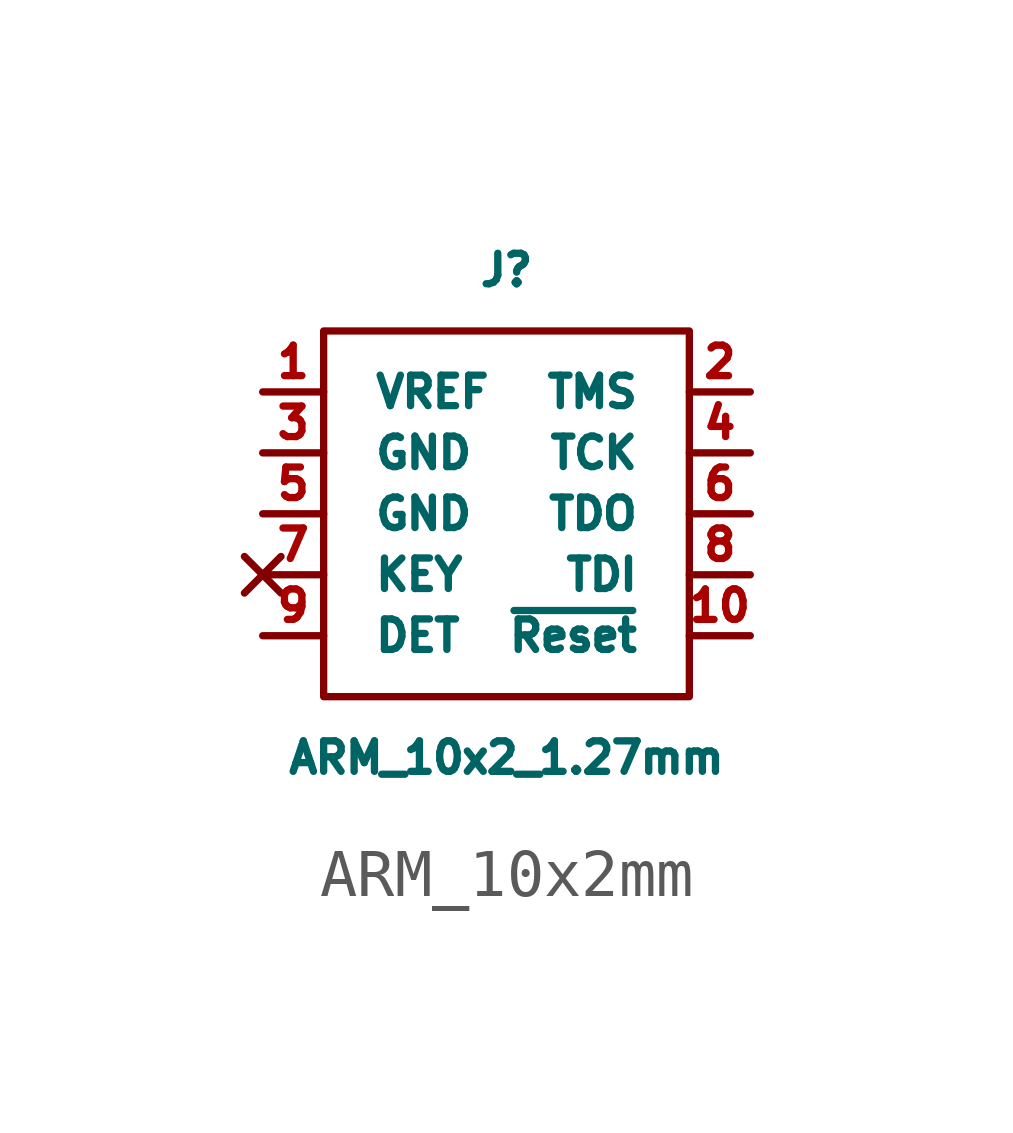
<source format=kicad_sym>
(kicad_symbol_lib
  (version 20220914)
  (generator kicad_symbol_editor)
  (symbol "ARM_10x2mm"
    (pin_names
      (offset 1.016))
    (property "Reference" "J"
      (at 0 7.62 0)
      (effects (font (size 0.635 0.635))))
    (property "Value" "ARM_10x2_1.27mm"
      (at 0 -2.54 0)
      (effects (font (size 0.635 0.635))))
    (property "Datasheet" ""
      (at 0 0 0)
      (effects (font (size 0.635 0.635))))
    (symbol "ARM_10x2mm_0_1"
      (rectangle (start -3.81 6.35) (end 3.81 -1.27) (stroke (width 0) (type default)) (fill (type none))))
    (symbol "ARM_10x2mm_1_1"
      (pin power_out line (at -5.08 5.08 0) (length 1.27) (name "VREF" (effects (font (size 0.635 0.635)))) (number "1" (effects (font (size 0.635 0.635)))))
      (pin input line (at 5.08 0 180) (length 1.27) (name "~{Reset}" (effects (font (size 0.635 0.635)))) (number "10" (effects (font (size 0.635 0.635)))))
      (pin input line (at 5.08 5.08 180) (length 1.27) (name "TMS" (effects (font (size 0.635 0.635)))) (number "2" (effects (font (size 0.635 0.635)))) (alternate "SWDIO" input line))
      (pin power_out line (at -5.08 3.81 0) (length 1.27) (name "GND" (effects (font (size 0.635 0.635)))) (number "3" (effects (font (size 0.635 0.635)))))
      (pin input line (at 5.08 3.81 180) (length 1.27) (name "TCK" (effects (font (size 0.635 0.635)))) (number "4" (effects (font (size 0.635 0.635)))) (alternate "SWCLK" input line))
      (pin power_out line (at -5.08 2.54 0) (length 1.27) (name "GND" (effects (font (size 0.635 0.635)))) (number "5" (effects (font (size 0.635 0.635)))))
      (pin output line (at 5.08 2.54 180) (length 1.27) (name "TDO" (effects (font (size 0.635 0.635)))) (number "6" (effects (font (size 0.635 0.635)))))
      (pin no_connect line (at -5.08 1.27 0) (length 1.27) (name "KEY" (effects (font (size 0.635 0.635)))) (number "7" (effects (font (size 0.635 0.635)))))
      (pin input line (at 5.08 1.27 180) (length 1.27) (name "TDI" (effects (font (size 0.635 0.635)))) (number "8" (effects (font (size 0.635 0.635)))))
      (pin passive line (at -5.08 0 0) (length 1.27) (name "DET" (effects (font (size 0.635 0.635)))) (number "9" (effects (font (size 0.635 0.635))))))))
</source>
